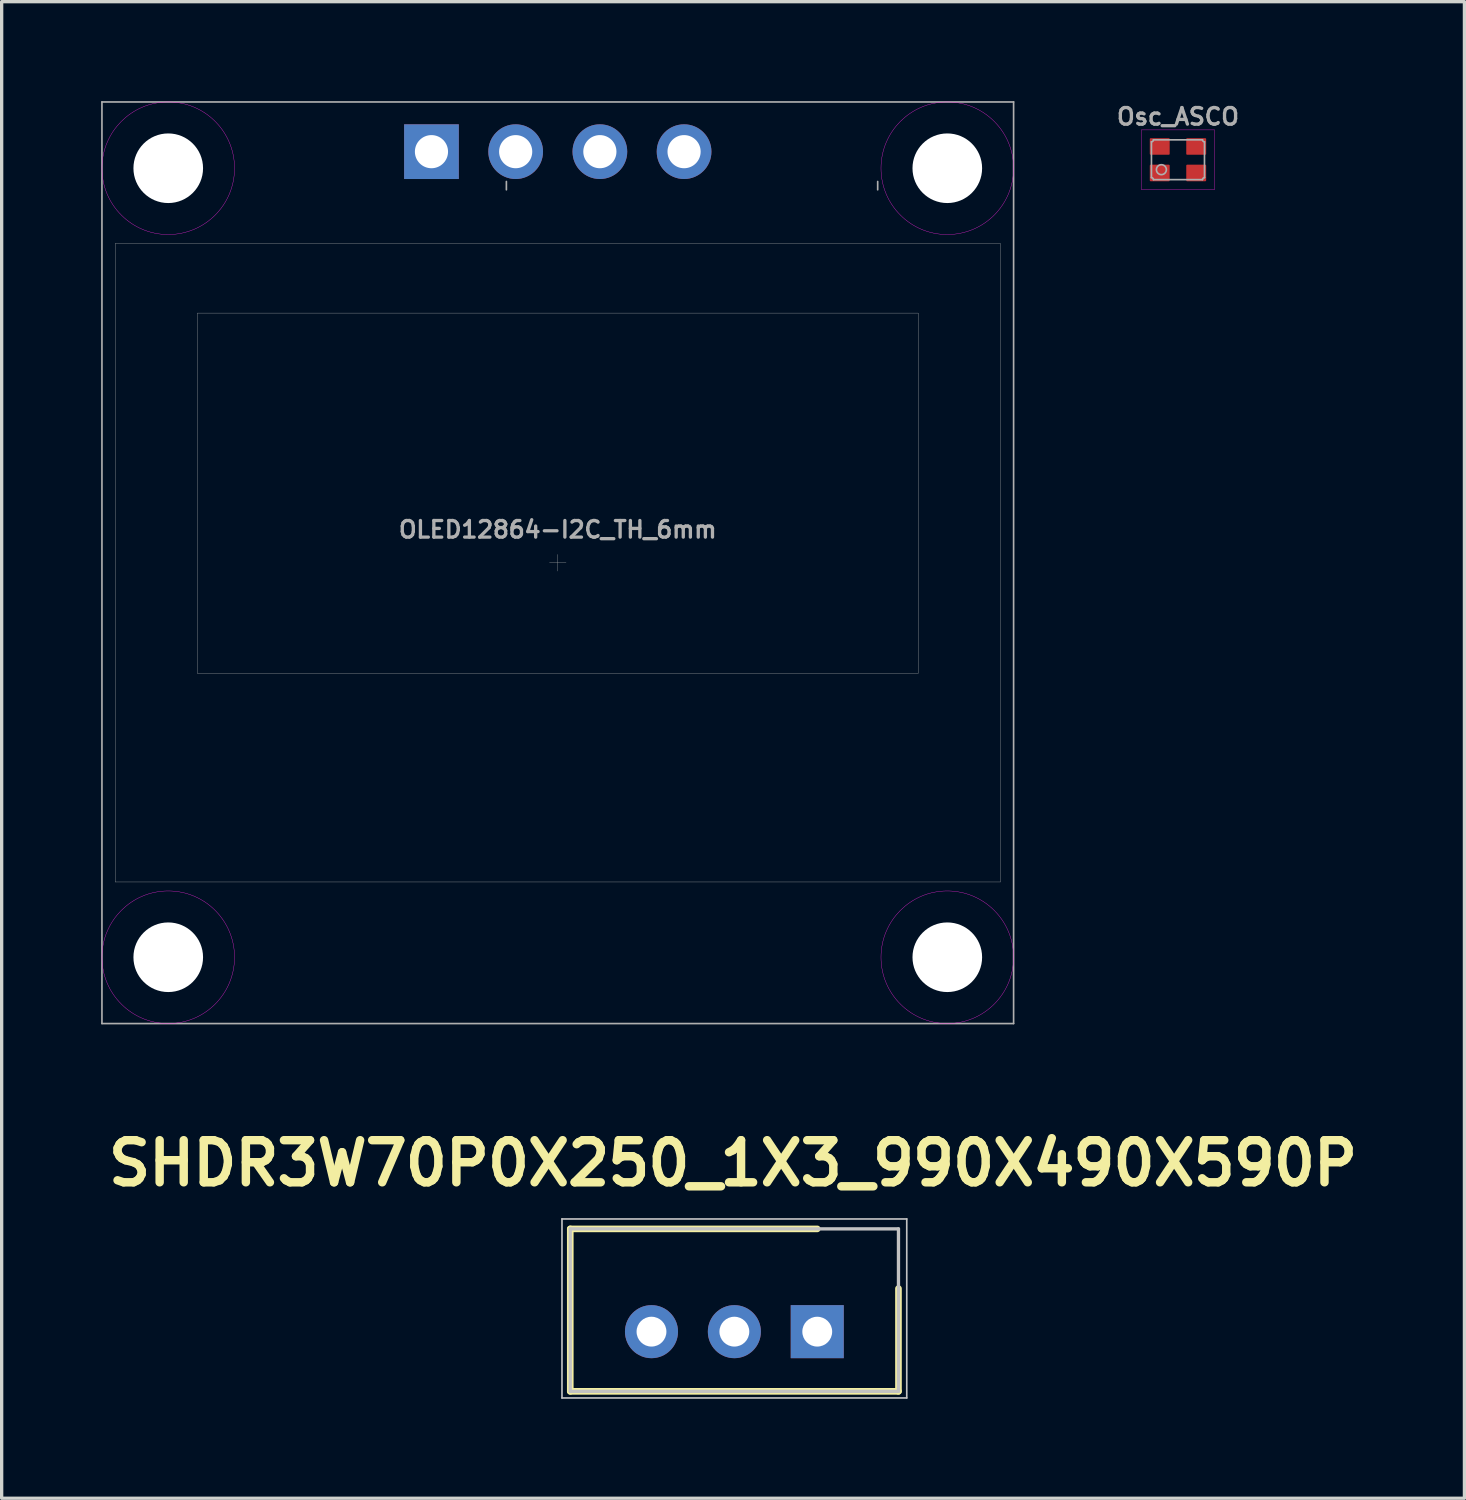
<source format=kicad_pcb>
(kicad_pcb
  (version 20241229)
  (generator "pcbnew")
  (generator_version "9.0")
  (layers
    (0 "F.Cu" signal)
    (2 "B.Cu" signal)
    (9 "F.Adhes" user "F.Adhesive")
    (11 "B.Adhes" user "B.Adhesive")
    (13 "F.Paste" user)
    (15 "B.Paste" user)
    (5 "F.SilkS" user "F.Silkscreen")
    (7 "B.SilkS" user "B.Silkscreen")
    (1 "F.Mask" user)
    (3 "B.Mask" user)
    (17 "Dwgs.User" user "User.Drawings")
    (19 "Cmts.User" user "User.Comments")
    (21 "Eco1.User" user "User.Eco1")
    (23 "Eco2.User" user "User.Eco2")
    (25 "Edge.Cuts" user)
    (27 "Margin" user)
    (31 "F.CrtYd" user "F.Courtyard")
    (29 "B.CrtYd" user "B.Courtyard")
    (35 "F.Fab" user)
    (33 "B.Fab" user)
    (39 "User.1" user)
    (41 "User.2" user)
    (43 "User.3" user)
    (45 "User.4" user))
  (footprint "SHDR3W70P0X250_1X3_990X490X590P"
    (layer "F.Cu")
    (at 21.602 37.119)
    (property "Reference" "SHDR3W70P0X250_1X3_990X490X590P" (at -2.54 -5.08 0) (layer "F.SilkS") (effects (font (size 1.27 1.27) (thickness 0.254))))
    (attr through_hole)
    (fp_line (start -7.45 -3.1) (end -7.45 1.8) (stroke (width 0.2) (type solid)) (layer "F.SilkS"))
    (fp_line (start -7.45 1.8) (end 2.45 1.8) (stroke (width 0.2) (type solid)) (layer "F.SilkS"))
    (fp_line (start 0 -3.1) (end -7.45 -3.1) (stroke (width 0.2) (type solid)) (layer "F.SilkS"))
    (fp_line (start 2.45 1.8) (end 2.45 -1.3) (stroke (width 0.2) (type solid)) (layer "F.SilkS"))
    (fp_line (start -7.7 -3.4) (end -7.7 2) (stroke (width 0.05) (type solid)) (layer "Dwgs.User"))
    (fp_line (start -7.7 2) (end 2.7 2) (stroke (width 0.05) (type solid)) (layer "Dwgs.User"))
    (fp_line (start -7.45 -3.1) (end -7.45 1.8) (stroke (width 0.1) (type solid)) (layer "Dwgs.User"))
    (fp_line (start -7.45 1.8) (end 2.45 1.8) (stroke (width 0.1) (type solid)) (layer "Dwgs.User"))
    (fp_line (start 2.45 -3.1) (end -7.45 -3.1) (stroke (width 0.1) (type solid)) (layer "Dwgs.User"))
    (fp_line (start 2.45 1.8) (end 2.45 -3.1) (stroke (width 0.1) (type solid)) (layer "Dwgs.User"))
    (fp_line (start 2.7 -3.4) (end -7.7 -3.4) (stroke (width 0.05) (type solid)) (layer "Dwgs.User"))
    (fp_line (start 2.7 2) (end 2.7 -3.4) (stroke (width 0.05) (type solid)) (layer "Dwgs.User"))
    (pad "1" thru_hole rect (at 0 0 90) (size 1.6 1.6) (drill 0.9) (layers "*.Cu" "*.Mask"))
    (pad "2" thru_hole circle (at -2.5 0 90) (size 1.6 1.6) (drill 0.9) (layers "*.Cu" "*.Mask"))
    (pad "3" thru_hole circle (at -5 0 90) (size 1.6 1.6) (drill 0.9) (layers "*.Cu" "*.Mask")))
  (footprint "OLED12864-I2C_TH_6mm"
    (layer "F.Cu")
    (at 13.775 13.925)
    (property "Reference" "OLED12864-I2C_TH_6mm" (at 0 -1 0) (layer "F.Fab") (effects (font (size 0.5 0.5) (thickness 0.1))))
    (attr through_hole)
    (fp_circle (center -11.75 -11.9) (end -9.75 -11.9) (stroke (width 0.01) (type solid)) (fill no) (layer "F.CrtYd"))
    (fp_circle (center -11.75 11.9) (end -9.75 11.9) (stroke (width 0.01) (type solid)) (fill no) (layer "F.CrtYd"))
    (fp_circle (center 11.75 -11.9) (end 13.75 -11.9) (stroke (width 0.01) (type solid)) (fill no) (layer "F.CrtYd"))
    (fp_circle (center 11.75 11.9) (end 13.75 11.9) (stroke (width 0.01) (type solid)) (fill no) (layer "F.CrtYd"))
    (fp_line (start -13.75 -13.9) (end -13.75 13.9) (stroke (width 0.05) (type solid)) (layer "F.Fab"))
    (fp_line (start -13.75 -13.9) (end 13.75 -13.9) (stroke (width 0.05) (type solid)) (layer "F.Fab"))
    (fp_line (start -13.75 13.9) (end 13.75 13.9) (stroke (width 0.05) (type solid)) (layer "F.Fab"))
    (fp_line (start -13.35 -9.63) (end -13.35 9.63) (stroke (width 0.01) (type solid)) (layer "F.Fab"))
    (fp_line (start -13.35 9.63) (end 13.35 9.63) (stroke (width 0.01) (type solid)) (layer "F.Fab"))
    (fp_line (start -10.872 -7.53) (end 10.872 -7.53) (stroke (width 0.01) (type solid)) (layer "F.Fab"))
    (fp_line (start -10.872 3.334) (end -10.872 -7.53) (stroke (width 0.01) (type solid)) (layer "F.Fab"))
    (fp_line (start -1.55 -11.5) (end -1.55 -11.25) (stroke (width 0.05) (type solid)) (layer "F.Fab"))
    (fp_line (start -0.25 0) (end 0.25 0) (stroke (width 0.01) (type solid)) (layer "F.Fab"))
    (fp_line (start 0 -0.25) (end 0 0.25) (stroke (width 0.01) (type solid)) (layer "F.Fab"))
    (fp_line (start 9.65 -11.5) (end 9.65 -11.25) (stroke (width 0.05) (type solid)) (layer "F.Fab"))
    (fp_line (start 10.872 -7.53) (end 10.872 3.334) (stroke (width 0.01) (type solid)) (layer "F.Fab"))
    (fp_line (start 10.872 3.334) (end -10.872 3.334) (stroke (width 0.01) (type solid)) (layer "F.Fab"))
    (fp_line (start 13.35 -9.63) (end -13.35 -9.63) (stroke (width 0.01) (type solid)) (layer "F.Fab"))
    (fp_line (start 13.35 9.63) (end 13.35 -9.63) (stroke (width 0.01) (type solid)) (layer "F.Fab"))
    (fp_line (start 13.75 13.9) (end 13.75 -13.9) (stroke (width 0.05) (type solid)) (layer "F.Fab"))
    (pad "" np_thru_hole circle (at -11.75 -11.9) (size 2.1 2.1) (drill 2.1) (layers "*.Cu" "*.Mask"))
    (pad "" np_thru_hole circle (at -11.75 11.9 180) (size 2.1 2.1) (drill 2.1) (layers "*.Cu" "*.Mask"))
    (pad "" np_thru_hole circle (at 11.75 -11.9) (size 2.1 2.1) (drill 2.1) (layers "*.Cu" "*.Mask"))
    (pad "" np_thru_hole circle (at 11.75 11.9 180) (size 2.1 2.1) (drill 2.1) (layers "*.Cu" "*.Mask"))
    (pad "1" thru_hole rect (at -3.81 -12.4) (size 1.65 1.65) (drill 1) (layers "*.Cu" "*.Mask"))
    (pad "2" thru_hole circle (at -1.27 -12.4) (size 1.65 1.65) (drill 1) (layers "*.Cu" "*.Mask"))
    (pad "3" thru_hole circle (at 1.27 -12.4) (size 1.65 1.65) (drill 1) (layers "*.Cu" "*.Mask"))
    (pad "4" thru_hole circle (at 3.81 -12.4) (size 1.65 1.65) (drill 1) (layers "*.Cu" "*.Mask")))
  (footprint "Osc_ASCO"
    (layer "F.Cu")
    (at 32.483 1.768)
    (property "Reference" "Osc_ASCO" (at 0 -1.3 0) (layer "F.Fab") (effects (font (size 0.5 0.5) (thickness 0.1))))
    (attr smd)
    (fp_line (start -1.1 -0.9) (end -1.1 0.9) (stroke (width 0.01) (type solid)) (layer "F.CrtYd"))
    (fp_line (start -1.1 0.9) (end 1.1 0.9) (stroke (width 0.01) (type solid)) (layer "F.CrtYd"))
    (fp_line (start 1.1 -0.9) (end -1.1 -0.9) (stroke (width 0.01) (type solid)) (layer "F.CrtYd"))
    (fp_line (start 1.1 0.9) (end 1.1 -0.9) (stroke (width 0.01) (type solid)) (layer "F.CrtYd"))
    (fp_line (start -0.8 0.54) (end -0.8 -0.54) (stroke (width 0.05) (type solid)) (layer "F.Fab"))
    (fp_line (start -0.74 -0.6) (end 0.74 -0.6) (stroke (width 0.05) (type solid)) (layer "F.Fab"))
    (fp_line (start 0.74 0.6) (end -0.74 0.6) (stroke (width 0.05) (type solid)) (layer "F.Fab"))
    (fp_line (start 0.8 -0.54) (end 0.8 0.54) (stroke (width 0.05) (type solid)) (layer "F.Fab"))
    (fp_arc (start -0.8 0.54) (mid -0.757574 0.557574) (end -0.74 0.6) (stroke (width 0.05) (type solid)) (layer "F.Fab"))
    (fp_arc (start -0.74 -0.6) (mid -0.757574 -0.557574) (end -0.8 -0.54) (stroke (width 0.05) (type solid)) (layer "F.Fab"))
    (fp_arc (start 0.74 0.6) (mid 0.757574 0.557574) (end 0.8 0.54) (stroke (width 0.05) (type solid)) (layer "F.Fab"))
    (fp_arc (start 0.8 -0.54) (mid 0.757574 -0.557574) (end 0.74 -0.6) (stroke (width 0.05) (type solid)) (layer "F.Fab"))
    (fp_circle (center -0.5 0.3) (end -0.35 0.3) (stroke (width 0.05) (type solid)) (fill no) (layer "F.Fab"))
    (pad "1" smd roundrect (at -0.55 0.4) (size 0.6 0.5) (layers "F.Cu" "F.Mask" "F.Paste") (roundrect_rratio 0.055))
    (pad "2" smd roundrect (at 0.55 0.4) (size 0.6 0.5) (layers "F.Cu" "F.Mask" "F.Paste") (roundrect_rratio 0.055))
    (pad "3" smd roundrect (at 0.55 -0.4) (size 0.6 0.5) (layers "F.Cu" "F.Mask" "F.Paste") (roundrect_rratio 0.055))
    (pad "4" smd roundrect (at -0.55 -0.4) (size 0.6 0.5) (layers "F.Cu" "F.Mask" "F.Paste") (roundrect_rratio 0.055)))
  (gr_rect
    (start -3 -3)
    (end 41.124 42.144)
    (stroke (width 0.1) (type default))
    (fill no)
    (layer "Edge.Cuts")))
</source>
